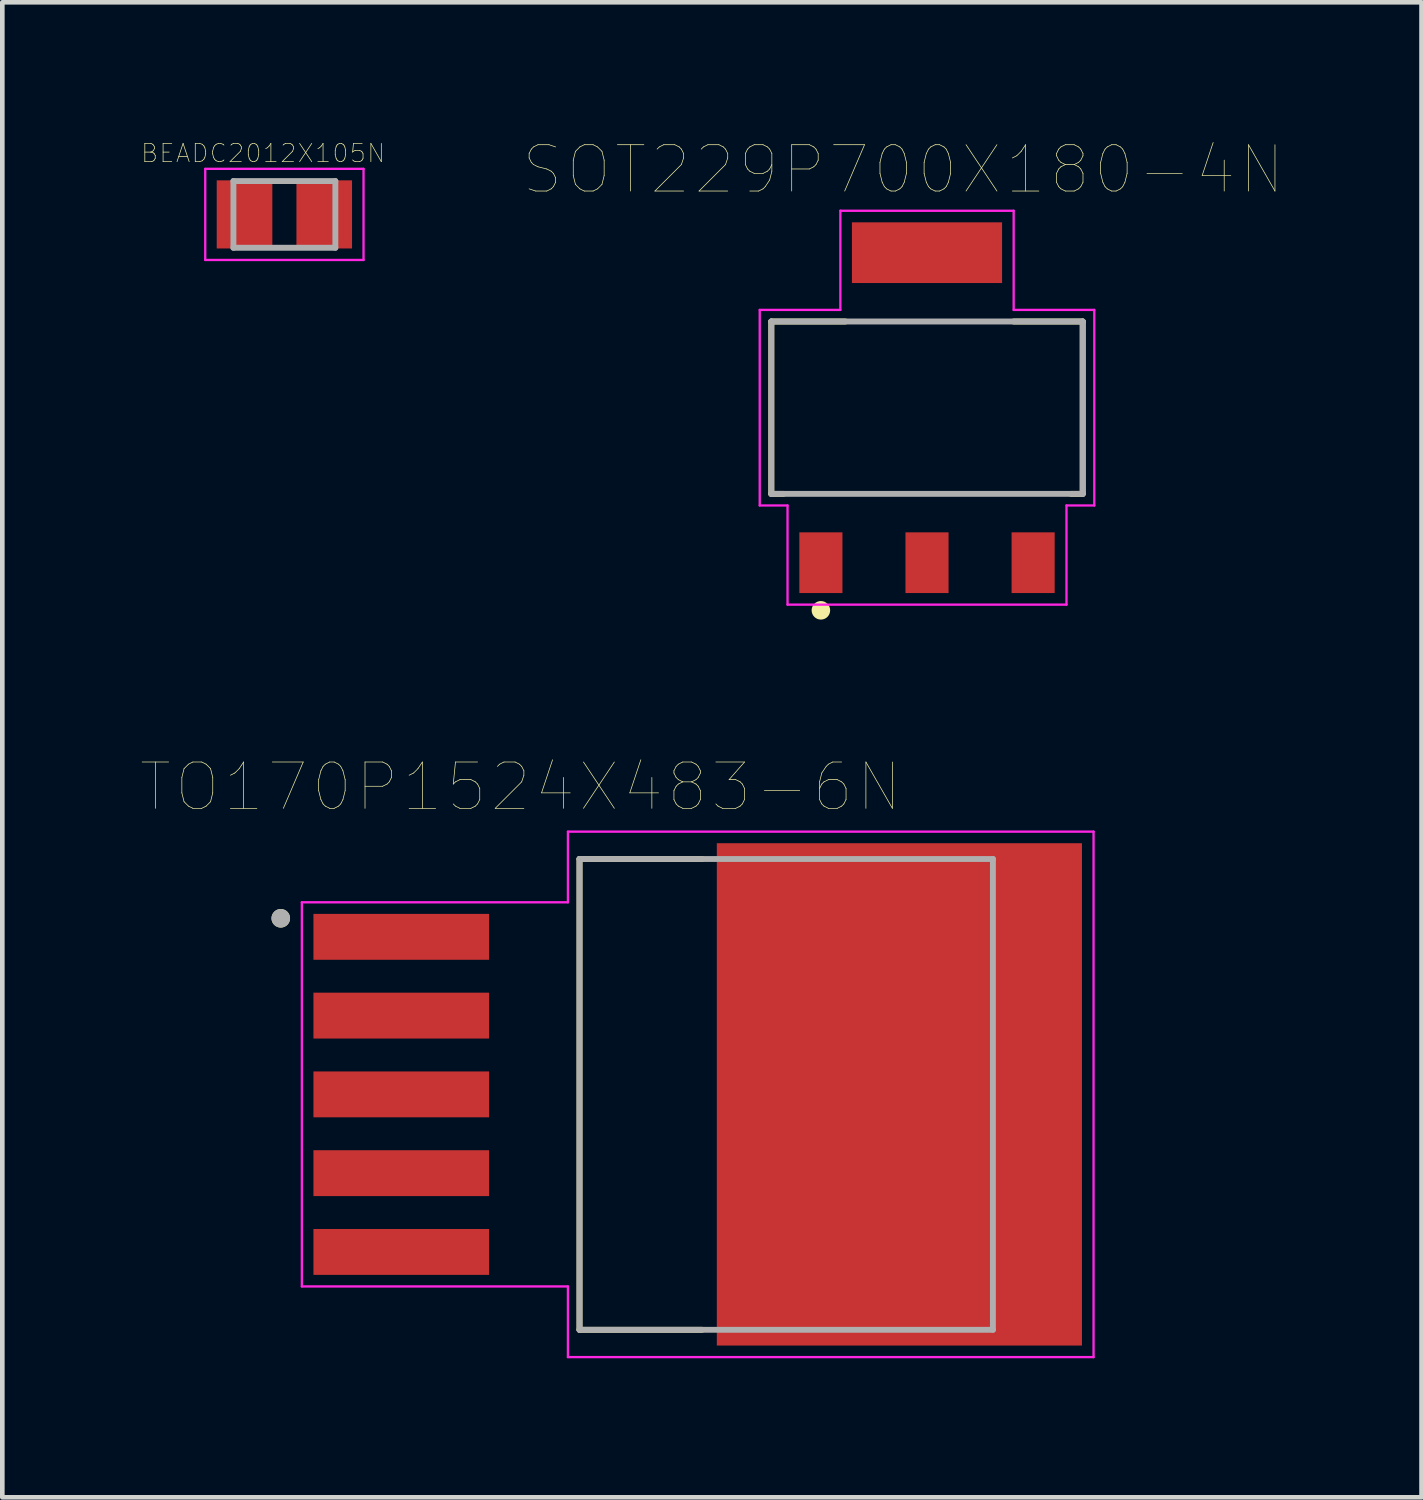
<source format=kicad_pcb>
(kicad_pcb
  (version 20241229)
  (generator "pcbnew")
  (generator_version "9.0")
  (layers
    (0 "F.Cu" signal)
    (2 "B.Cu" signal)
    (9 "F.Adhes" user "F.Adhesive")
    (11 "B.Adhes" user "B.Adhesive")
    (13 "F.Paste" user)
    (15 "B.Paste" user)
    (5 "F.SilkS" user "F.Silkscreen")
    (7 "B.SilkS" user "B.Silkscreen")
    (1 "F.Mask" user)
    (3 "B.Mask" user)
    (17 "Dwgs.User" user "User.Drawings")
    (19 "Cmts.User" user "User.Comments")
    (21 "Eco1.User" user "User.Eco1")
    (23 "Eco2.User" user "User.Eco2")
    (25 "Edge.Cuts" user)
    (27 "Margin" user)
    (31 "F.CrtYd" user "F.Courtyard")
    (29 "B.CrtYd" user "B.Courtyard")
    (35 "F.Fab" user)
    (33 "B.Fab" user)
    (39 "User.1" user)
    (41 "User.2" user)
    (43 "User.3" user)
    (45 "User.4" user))
  (footprint "SOT229P700X180-4N"
    (layer "F.Cu")
    (at 16.955 5.748)
    (property "Reference" "SOT229P700X180-4N" (at -0.515 -5.137 0) (layer "F.SilkS") (effects (font (size 1 1) (thickness 0.015))))
    (attr through_hole)
    (fp_line (start -3.36 1.86) (end -3.36 -1.86) (stroke (width 0.127) (type solid)) (layer "F.SilkS"))
    (fp_line (start -3.36 1.86) (end -3.1 1.86) (stroke (width 0.127) (type solid)) (layer "F.SilkS"))
    (fp_line (start -1.76 -1.86) (end -3.36 -1.86) (stroke (width 0.127) (type solid)) (layer "F.SilkS"))
    (fp_line (start 3.11 1.86) (end 3.36 1.86) (stroke (width 0.127) (type solid)) (layer "F.SilkS"))
    (fp_line (start 3.36 -1.86) (end 1.87 -1.86) (stroke (width 0.127) (type solid)) (layer "F.SilkS"))
    (fp_line (start 3.36 1.86) (end 3.36 -1.86) (stroke (width 0.127) (type solid)) (layer "F.SilkS"))
    (fp_circle (center -2.29 4.373) (end -2.19 4.373) (stroke (width 0.2) (type solid)) (fill no) (layer "F.SilkS"))
    (fp_line (start -3.61 -2.11) (end -3.61 2.11) (stroke (width 0.05) (type solid)) (layer "F.CrtYd"))
    (fp_line (start -3.61 2.11) (end -3.01 2.11) (stroke (width 0.05) (type solid)) (layer "F.CrtYd"))
    (fp_line (start -3.01 2.11) (end -3.01 4.25) (stroke (width 0.05) (type solid)) (layer "F.CrtYd"))
    (fp_line (start -3.01 4.25) (end 3.01 4.25) (stroke (width 0.05) (type solid)) (layer "F.CrtYd"))
    (fp_line (start -1.87 -4.25) (end -1.87 -2.11) (stroke (width 0.05) (type solid)) (layer "F.CrtYd"))
    (fp_line (start -1.87 -2.11) (end -3.61 -2.11) (stroke (width 0.05) (type solid)) (layer "F.CrtYd"))
    (fp_line (start 1.87 -4.25) (end -1.87 -4.25) (stroke (width 0.05) (type solid)) (layer "F.CrtYd"))
    (fp_line (start 1.87 -2.11) (end 1.87 -4.25) (stroke (width 0.05) (type solid)) (layer "F.CrtYd"))
    (fp_line (start 3.01 2.11) (end 3.61 2.11) (stroke (width 0.05) (type solid)) (layer "F.CrtYd"))
    (fp_line (start 3.01 4.25) (end 3.01 2.11) (stroke (width 0.05) (type solid)) (layer "F.CrtYd"))
    (fp_line (start 3.61 -2.11) (end 1.87 -2.11) (stroke (width 0.05) (type solid)) (layer "F.CrtYd"))
    (fp_line (start 3.61 2.11) (end 3.61 -2.11) (stroke (width 0.05) (type solid)) (layer "F.CrtYd"))
    (fp_line (start -3.36 -1.86) (end 3.36 -1.86) (stroke (width 0.127) (type solid)) (layer "F.Fab"))
    (fp_line (start -3.36 1.86) (end -3.36 -1.86) (stroke (width 0.127) (type solid)) (layer "F.Fab"))
    (fp_line (start 3.36 -1.86) (end 3.36 1.86) (stroke (width 0.127) (type solid)) (layer "F.Fab"))
    (fp_line (start 3.36 1.86) (end -3.36 1.86) (stroke (width 0.127) (type solid)) (layer "F.Fab"))
    (pad "1" smd rect (at -2.29 3.345) (size 0.93 1.31) (layers "F.Cu" "F.Mask" "F.Paste"))
    (pad "2" smd rect (at 0 3.345) (size 0.93 1.31) (layers "F.Cu" "F.Mask" "F.Paste"))
    (pad "3" smd rect (at 2.29 3.345) (size 0.93 1.31) (layers "F.Cu" "F.Mask" "F.Paste"))
    (pad "4" smd rect (at 0 -3.345) (size 3.24 1.31) (layers "F.Cu" "F.Mask" "F.Paste")))
  (footprint "TO170P1524X483-6N"
    (layer "F.Cu")
    (at 12.009 20.567)
    (property "Reference" "TO170P1524X483-6N" (at -3.825 -6.635 0) (layer "F.SilkS") (effects (font (size 1 1) (thickness 0.015))))
    (attr through_hole)
    (fp_line (start -2.553 -5.08) (end 0.09 -5.08) (stroke (width 0.127) (type solid)) (layer "F.SilkS"))
    (fp_line (start -2.553 5.08) (end -2.553 -5.08) (stroke (width 0.127) (type solid)) (layer "F.SilkS"))
    (fp_line (start 0.09 5.08) (end -2.553 5.08) (stroke (width 0.127) (type solid)) (layer "F.SilkS"))
    (fp_circle (center -9 -3.8) (end -8.9 -3.8) (stroke (width 0.2) (type solid)) (fill no) (layer "F.SilkS"))
    (fp_poly (pts (xy 0.96 -5.15) (xy 2.48 -5.15) (xy 2.48 -3.9) (xy 0.96 -3.9)) (stroke (width 0.01) (type solid)) (fill yes) (layer "F.Paste"))
    (fp_poly (pts (xy 0.96 -3.34) (xy 2.48 -3.34) (xy 2.48 -2.09) (xy 0.96 -2.09)) (stroke (width 0.01) (type solid)) (fill yes) (layer "F.Paste"))
    (fp_poly (pts (xy 0.96 -1.53) (xy 2.48 -1.53) (xy 2.48 -0.28) (xy 0.96 -0.28)) (stroke (width 0.01) (type solid)) (fill yes) (layer "F.Paste"))
    (fp_poly (pts (xy 0.96 0.28) (xy 2.48 0.28) (xy 2.48 1.53) (xy 0.96 1.53)) (stroke (width 0.01) (type solid)) (fill yes) (layer "F.Paste"))
    (fp_poly (pts (xy 0.96 2.09) (xy 2.48 2.09) (xy 2.48 3.34) (xy 0.96 3.34)) (stroke (width 0.01) (type solid)) (fill yes) (layer "F.Paste"))
    (fp_poly (pts (xy 0.96 3.9) (xy 2.48 3.9) (xy 2.48 5.15) (xy 0.96 5.15)) (stroke (width 0.01) (type solid)) (fill yes) (layer "F.Paste"))
    (fp_poly (pts (xy 3.59 -5.15) (xy 5.11 -5.15) (xy 5.11 -3.9) (xy 3.59 -3.9)) (stroke (width 0.01) (type solid)) (fill yes) (layer "F.Paste"))
    (fp_poly (pts (xy 3.59 -3.34) (xy 5.11 -3.34) (xy 5.11 -2.09) (xy 3.59 -2.09)) (stroke (width 0.01) (type solid)) (fill yes) (layer "F.Paste"))
    (fp_poly (pts (xy 3.59 -1.53) (xy 5.11 -1.53) (xy 5.11 -0.28) (xy 3.59 -0.28)) (stroke (width 0.01) (type solid)) (fill yes) (layer "F.Paste"))
    (fp_poly (pts (xy 3.59 0.28) (xy 5.11 0.28) (xy 5.11 1.53) (xy 3.59 1.53)) (stroke (width 0.01) (type solid)) (fill yes) (layer "F.Paste"))
    (fp_poly (pts (xy 3.59 2.09) (xy 5.11 2.09) (xy 5.11 3.34) (xy 3.59 3.34)) (stroke (width 0.01) (type solid)) (fill yes) (layer "F.Paste"))
    (fp_poly (pts (xy 3.59 3.9) (xy 5.11 3.9) (xy 5.11 5.15) (xy 3.59 5.15)) (stroke (width 0.01) (type solid)) (fill yes) (layer "F.Paste"))
    (fp_poly (pts (xy 6.22 -5.15) (xy 7.74 -5.15) (xy 7.74 -3.9) (xy 6.22 -3.9)) (stroke (width 0.01) (type solid)) (fill yes) (layer "F.Paste"))
    (fp_poly (pts (xy 6.22 -3.34) (xy 7.74 -3.34) (xy 7.74 -2.09) (xy 6.22 -2.09)) (stroke (width 0.01) (type solid)) (fill yes) (layer "F.Paste"))
    (fp_poly (pts (xy 6.22 -1.53) (xy 7.74 -1.53) (xy 7.74 -0.28) (xy 6.22 -0.28)) (stroke (width 0.01) (type solid)) (fill yes) (layer "F.Paste"))
    (fp_poly (pts (xy 6.22 0.28) (xy 7.74 0.28) (xy 7.74 1.53) (xy 6.22 1.53)) (stroke (width 0.01) (type solid)) (fill yes) (layer "F.Paste"))
    (fp_poly (pts (xy 6.22 2.09) (xy 7.74 2.09) (xy 7.74 3.34) (xy 6.22 3.34)) (stroke (width 0.01) (type solid)) (fill yes) (layer "F.Paste"))
    (fp_poly (pts (xy 6.22 3.9) (xy 7.74 3.9) (xy 7.74 5.15) (xy 6.22 5.15)) (stroke (width 0.01) (type solid)) (fill yes) (layer "F.Paste"))
    (fp_line (start -8.545 -4.145) (end -8.545 4.145) (stroke (width 0.05) (type solid)) (layer "F.CrtYd"))
    (fp_line (start -8.545 4.145) (end -2.803 4.145) (stroke (width 0.05) (type solid)) (layer "F.CrtYd"))
    (fp_line (start -2.803 -5.67) (end -2.803 -4.145) (stroke (width 0.05) (type solid)) (layer "F.CrtYd"))
    (fp_line (start -2.803 -4.145) (end -8.545 -4.145) (stroke (width 0.05) (type solid)) (layer "F.CrtYd"))
    (fp_line (start -2.803 4.145) (end -2.803 5.67) (stroke (width 0.05) (type solid)) (layer "F.CrtYd"))
    (fp_line (start -2.803 5.67) (end 8.54 5.67) (stroke (width 0.05) (type solid)) (layer "F.CrtYd"))
    (fp_line (start 8.54 -5.67) (end -2.803 -5.67) (stroke (width 0.05) (type solid)) (layer "F.CrtYd"))
    (fp_line (start 8.54 5.67) (end 8.54 -5.67) (stroke (width 0.05) (type solid)) (layer "F.CrtYd"))
    (fp_line (start -2.553 -5.08) (end 6.368 -5.08) (stroke (width 0.127) (type solid)) (layer "F.Fab"))
    (fp_line (start -2.553 5.08) (end -2.553 -5.08) (stroke (width 0.127) (type solid)) (layer "F.Fab"))
    (fp_line (start 6.368 -5.08) (end 6.368 5.08) (stroke (width 0.127) (type solid)) (layer "F.Fab"))
    (fp_line (start 6.368 5.08) (end -2.553 5.08) (stroke (width 0.127) (type solid)) (layer "F.Fab"))
    (fp_circle (center -9 -3.8) (end -8.9 -3.8) (stroke (width 0.2) (type solid)) (fill no) (layer "F.Fab"))
    (pad "1" smd rect (at -6.4 -3.4) (size 3.79 0.99) (layers "F.Cu" "F.Mask" "F.Paste"))
    (pad "2" smd rect (at -6.4 -1.7) (size 3.79 0.99) (layers "F.Cu" "F.Mask" "F.Paste"))
    (pad "3" smd rect (at -6.4 0) (size 3.79 0.99) (layers "F.Cu" "F.Mask" "F.Paste"))
    (pad "4" smd rect (at -6.4 1.7) (size 3.79 0.99) (layers "F.Cu" "F.Mask" "F.Paste"))
    (pad "5" smd rect (at -6.4 3.4) (size 3.79 0.99) (layers "F.Cu" "F.Mask" "F.Paste"))
    (pad "6" smd rect (at 4.35 0) (size 7.88 10.84) (layers "F.Cu" "F.Mask")))
  (footprint "BEADC2012X105N"
    (layer "F.Cu")
    (at 3.087 1.577)
    (property "Reference" "BEADC2012X105N" (at -0.46 -1.32 0) (layer "F.SilkS") (effects (font (size 0.394 0.394) (thickness 0.015))))
    (attr through_hole)
    (fp_line (start -1.708 -0.983) (end 1.708 -0.983) (stroke (width 0.05) (type solid)) (layer "F.CrtYd"))
    (fp_line (start -1.708 0.983) (end -1.708 -0.983) (stroke (width 0.05) (type solid)) (layer "F.CrtYd"))
    (fp_line (start -1.708 0.983) (end 1.708 0.983) (stroke (width 0.05) (type solid)) (layer "F.CrtYd"))
    (fp_line (start 1.708 0.983) (end 1.708 -0.983) (stroke (width 0.05) (type solid)) (layer "F.CrtYd"))
    (fp_line (start -1.1 0.72) (end -1.1 -0.72) (stroke (width 0.127) (type solid)) (layer "F.Fab"))
    (fp_line (start 1.1 -0.72) (end -1.1 -0.72) (stroke (width 0.127) (type solid)) (layer "F.Fab"))
    (fp_line (start 1.1 0.72) (end -1.1 0.72) (stroke (width 0.127) (type solid)) (layer "F.Fab"))
    (fp_line (start 1.1 0.72) (end 1.1 -0.72) (stroke (width 0.127) (type solid)) (layer "F.Fab"))
    (pad "1" smd rect (at -0.86 0) (size 1.2 1.47) (layers "F.Cu" "F.Mask" "F.Paste"))
    (pad "2" smd rect (at 0.86 0) (size 1.2 1.47) (layers "F.Cu" "F.Mask" "F.Paste")))
  (gr_rect
    (start -3 -3)
    (end 27.627 29.262)
    (stroke (width 0.1) (type default))
    (fill no)
    (layer "Edge.Cuts")))
</source>
